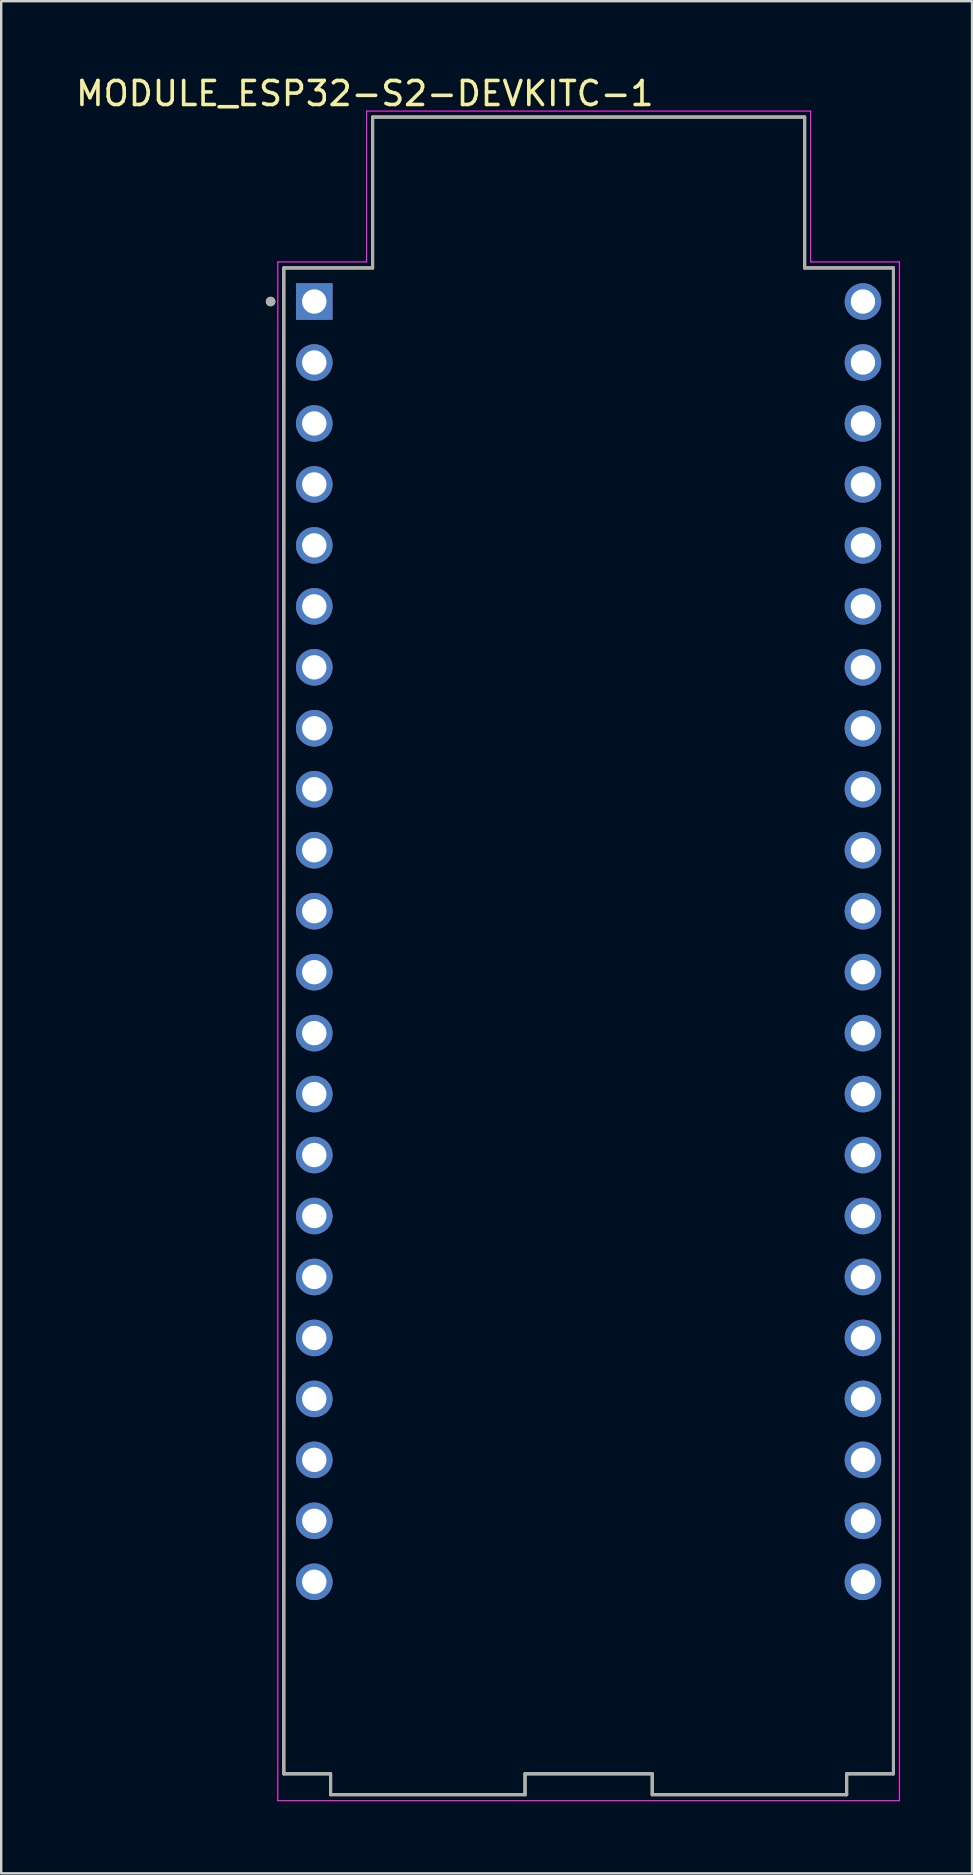
<source format=kicad_pcb>
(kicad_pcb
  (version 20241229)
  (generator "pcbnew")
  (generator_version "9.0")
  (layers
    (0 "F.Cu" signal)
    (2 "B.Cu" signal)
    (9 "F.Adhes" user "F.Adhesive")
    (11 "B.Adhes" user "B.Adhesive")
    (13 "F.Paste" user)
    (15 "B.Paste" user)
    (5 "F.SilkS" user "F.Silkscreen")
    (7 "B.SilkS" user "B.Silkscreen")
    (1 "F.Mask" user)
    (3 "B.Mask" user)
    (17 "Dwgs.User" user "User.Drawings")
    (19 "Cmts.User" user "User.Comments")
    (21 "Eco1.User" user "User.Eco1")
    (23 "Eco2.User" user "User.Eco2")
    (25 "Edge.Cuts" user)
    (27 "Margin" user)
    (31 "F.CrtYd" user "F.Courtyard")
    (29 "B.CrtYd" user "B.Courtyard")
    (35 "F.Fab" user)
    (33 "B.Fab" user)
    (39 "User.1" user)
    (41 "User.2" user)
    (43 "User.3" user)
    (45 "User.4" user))
  (footprint "MODULE_ESP32-S2-DEVKITC-1"
    (layer "F.Cu")
    (at 21.474 39.483)
    (property "Reference" "MODULE_ESP32-S2-DEVKITC-1" (at -9.325 -38.635 0) (layer "F.SilkS") (effects (font (size 1 1) (thickness 0.15))))
    (attr through_hole)
    (fp_line (start -12.7 -31.37) (end -9 -31.37) (stroke (width 0.127) (type solid)) (layer "F.SilkS"))
    (fp_line (start -12.7 31.37) (end -12.7 -31.37) (stroke (width 0.127) (type solid)) (layer "F.SilkS"))
    (fp_line (start -10.75 31.37) (end -12.7 31.37) (stroke (width 0.127) (type solid)) (layer "F.SilkS"))
    (fp_line (start -10.75 31.37) (end -10.75 32.24) (stroke (width 0.127) (type solid)) (layer "F.SilkS"))
    (fp_line (start -10.75 32.24) (end -2.65 32.24) (stroke (width 0.127) (type solid)) (layer "F.SilkS"))
    (fp_line (start -9 -37.655) (end 9 -37.655) (stroke (width 0.127) (type solid)) (layer "F.SilkS"))
    (fp_line (start -9 -31.37) (end -9 -37.655) (stroke (width 0.127) (type solid)) (layer "F.SilkS"))
    (fp_line (start -2.65 32.24) (end -2.65 31.37) (stroke (width 0.127) (type solid)) (layer "F.SilkS"))
    (fp_line (start 2.65 31.37) (end -2.65 31.37) (stroke (width 0.127) (type solid)) (layer "F.SilkS"))
    (fp_line (start 2.65 31.37) (end 2.65 32.24) (stroke (width 0.127) (type solid)) (layer "F.SilkS"))
    (fp_line (start 2.65 32.24) (end 10.75 32.24) (stroke (width 0.127) (type solid)) (layer "F.SilkS"))
    (fp_line (start 9 -37.655) (end 9 -31.37) (stroke (width 0.127) (type solid)) (layer "F.SilkS"))
    (fp_line (start 9 -31.37) (end 12.7 -31.37) (stroke (width 0.127) (type solid)) (layer "F.SilkS"))
    (fp_line (start 10.75 32.24) (end 10.75 31.37) (stroke (width 0.127) (type solid)) (layer "F.SilkS"))
    (fp_line (start 12.7 -31.37) (end 12.7 31.37) (stroke (width 0.127) (type solid)) (layer "F.SilkS"))
    (fp_line (start 12.7 31.37) (end 10.75 31.37) (stroke (width 0.127) (type solid)) (layer "F.SilkS"))
    (fp_circle (center -13.25 -29.97) (end -13.15 -29.97) (stroke (width 0.2) (type solid)) (fill no) (layer "F.SilkS"))
    (fp_line (start -12.95 -31.62) (end -9.25 -31.62) (stroke (width 0.05) (type solid)) (layer "F.CrtYd"))
    (fp_line (start -12.95 32.49) (end -12.95 -31.62) (stroke (width 0.05) (type solid)) (layer "F.CrtYd"))
    (fp_line (start -9.25 -37.905) (end 9.25 -37.905) (stroke (width 0.05) (type solid)) (layer "F.CrtYd"))
    (fp_line (start -9.25 -31.62) (end -9.25 -37.905) (stroke (width 0.05) (type solid)) (layer "F.CrtYd"))
    (fp_line (start 9.25 -37.905) (end 9.25 -31.62) (stroke (width 0.05) (type solid)) (layer "F.CrtYd"))
    (fp_line (start 9.25 -31.62) (end 12.95 -31.62) (stroke (width 0.05) (type solid)) (layer "F.CrtYd"))
    (fp_line (start 12.95 -31.62) (end 12.95 32.49) (stroke (width 0.05) (type solid)) (layer "F.CrtYd"))
    (fp_line (start 12.95 32.49) (end -12.95 32.49) (stroke (width 0.05) (type solid)) (layer "F.CrtYd"))
    (fp_line (start -12.7 -31.37) (end -9 -31.37) (stroke (width 0.127) (type solid)) (layer "F.Fab"))
    (fp_line (start -12.7 31.37) (end -12.7 -31.37) (stroke (width 0.127) (type solid)) (layer "F.Fab"))
    (fp_line (start -10.75 31.37) (end -12.7 31.37) (stroke (width 0.127) (type solid)) (layer "F.Fab"))
    (fp_line (start -10.75 31.37) (end -10.75 32.24) (stroke (width 0.127) (type solid)) (layer "F.Fab"))
    (fp_line (start -10.75 32.24) (end -2.65 32.24) (stroke (width 0.127) (type solid)) (layer "F.Fab"))
    (fp_line (start -9 -37.655) (end 9 -37.655) (stroke (width 0.127) (type solid)) (layer "F.Fab"))
    (fp_line (start -9 -31.37) (end -9 -37.655) (stroke (width 0.127) (type solid)) (layer "F.Fab"))
    (fp_line (start -2.65 32.24) (end -2.65 31.37) (stroke (width 0.127) (type solid)) (layer "F.Fab"))
    (fp_line (start 2.65 31.37) (end -2.65 31.37) (stroke (width 0.127) (type solid)) (layer "F.Fab"))
    (fp_line (start 2.65 31.37) (end 2.65 32.24) (stroke (width 0.127) (type solid)) (layer "F.Fab"))
    (fp_line (start 2.65 32.24) (end 10.75 32.24) (stroke (width 0.127) (type solid)) (layer "F.Fab"))
    (fp_line (start 9 -37.655) (end 9 -31.37) (stroke (width 0.127) (type solid)) (layer "F.Fab"))
    (fp_line (start 9 -31.37) (end 12.7 -31.37) (stroke (width 0.127) (type solid)) (layer "F.Fab"))
    (fp_line (start 10.75 32.24) (end 10.75 31.37) (stroke (width 0.127) (type solid)) (layer "F.Fab"))
    (fp_line (start 12.7 -31.37) (end 12.7 31.37) (stroke (width 0.127) (type solid)) (layer "F.Fab"))
    (fp_line (start 12.7 31.37) (end 10.75 31.37) (stroke (width 0.127) (type solid)) (layer "F.Fab"))
    (fp_circle (center -13.25 -29.97) (end -13.15 -29.97) (stroke (width 0.2) (type solid)) (fill no) (layer "F.Fab"))
    (pad "J1_1" thru_hole rect (at -11.43 -29.97) (size 1.524 1.524) (drill 1.016) (layers "*.Cu" "*.Mask"))
    (pad "J1_2" thru_hole circle (at -11.43 -27.43) (size 1.524 1.524) (drill 1.016) (layers "*.Cu" "*.Mask"))
    (pad "J1_3" thru_hole circle (at -11.43 -24.89) (size 1.524 1.524) (drill 1.016) (layers "*.Cu" "*.Mask"))
    (pad "J1_4" thru_hole circle (at -11.43 -22.35) (size 1.524 1.524) (drill 1.016) (layers "*.Cu" "*.Mask"))
    (pad "J1_5" thru_hole circle (at -11.43 -19.81) (size 1.524 1.524) (drill 1.016) (layers "*.Cu" "*.Mask"))
    (pad "J1_6" thru_hole circle (at -11.43 -17.27) (size 1.524 1.524) (drill 1.016) (layers "*.Cu" "*.Mask"))
    (pad "J1_7" thru_hole circle (at -11.43 -14.73) (size 1.524 1.524) (drill 1.016) (layers "*.Cu" "*.Mask"))
    (pad "J1_8" thru_hole circle (at -11.43 -12.19) (size 1.524 1.524) (drill 1.016) (layers "*.Cu" "*.Mask"))
    (pad "J1_9" thru_hole circle (at -11.43 -9.65) (size 1.524 1.524) (drill 1.016) (layers "*.Cu" "*.Mask"))
    (pad "J1_10" thru_hole circle (at -11.43 -7.11) (size 1.524 1.524) (drill 1.016) (layers "*.Cu" "*.Mask"))
    (pad "J1_11" thru_hole circle (at -11.43 -4.57) (size 1.524 1.524) (drill 1.016) (layers "*.Cu" "*.Mask"))
    (pad "J1_12" thru_hole circle (at -11.43 -2.03) (size 1.524 1.524) (drill 1.016) (layers "*.Cu" "*.Mask"))
    (pad "J1_13" thru_hole circle (at -11.43 0.51) (size 1.524 1.524) (drill 1.016) (layers "*.Cu" "*.Mask"))
    (pad "J1_14" thru_hole circle (at -11.43 3.05) (size 1.524 1.524) (drill 1.016) (layers "*.Cu" "*.Mask"))
    (pad "J1_15" thru_hole circle (at -11.43 5.59) (size 1.524 1.524) (drill 1.016) (layers "*.Cu" "*.Mask"))
    (pad "J1_16" thru_hole circle (at -11.43 8.13) (size 1.524 1.524) (drill 1.016) (layers "*.Cu" "*.Mask"))
    (pad "J1_17" thru_hole circle (at -11.43 10.67) (size 1.524 1.524) (drill 1.016) (layers "*.Cu" "*.Mask"))
    (pad "J1_18" thru_hole circle (at -11.43 13.21) (size 1.524 1.524) (drill 1.016) (layers "*.Cu" "*.Mask"))
    (pad "J1_19" thru_hole circle (at -11.43 15.75) (size 1.524 1.524) (drill 1.016) (layers "*.Cu" "*.Mask"))
    (pad "J1_20" thru_hole circle (at -11.43 18.29) (size 1.524 1.524) (drill 1.016) (layers "*.Cu" "*.Mask"))
    (pad "J1_21" thru_hole circle (at -11.43 20.83) (size 1.524 1.524) (drill 1.016) (layers "*.Cu" "*.Mask"))
    (pad "J1_22" thru_hole circle (at -11.43 23.37) (size 1.524 1.524) (drill 1.016) (layers "*.Cu" "*.Mask"))
    (pad "J3_1" thru_hole circle (at 11.43 -29.97) (size 1.524 1.524) (drill 1.016) (layers "*.Cu" "*.Mask"))
    (pad "J3_2" thru_hole circle (at 11.43 -27.43) (size 1.524 1.524) (drill 1.016) (layers "*.Cu" "*.Mask"))
    (pad "J3_3" thru_hole circle (at 11.43 -24.89) (size 1.524 1.524) (drill 1.016) (layers "*.Cu" "*.Mask"))
    (pad "J3_4" thru_hole circle (at 11.43 -22.35) (size 1.524 1.524) (drill 1.016) (layers "*.Cu" "*.Mask"))
    (pad "J3_5" thru_hole circle (at 11.43 -19.81) (size 1.524 1.524) (drill 1.016) (layers "*.Cu" "*.Mask"))
    (pad "J3_6" thru_hole circle (at 11.43 -17.27) (size 1.524 1.524) (drill 1.016) (layers "*.Cu" "*.Mask"))
    (pad "J3_7" thru_hole circle (at 11.43 -14.73) (size 1.524 1.524) (drill 1.016) (layers "*.Cu" "*.Mask"))
    (pad "J3_8" thru_hole circle (at 11.43 -12.19) (size 1.524 1.524) (drill 1.016) (layers "*.Cu" "*.Mask"))
    (pad "J3_9" thru_hole circle (at 11.43 -9.65) (size 1.524 1.524) (drill 1.016) (layers "*.Cu" "*.Mask"))
    (pad "J3_10" thru_hole circle (at 11.43 -7.11) (size 1.524 1.524) (drill 1.016) (layers "*.Cu" "*.Mask"))
    (pad "J3_11" thru_hole circle (at 11.43 -4.57) (size 1.524 1.524) (drill 1.016) (layers "*.Cu" "*.Mask"))
    (pad "J3_12" thru_hole circle (at 11.43 -2.03) (size 1.524 1.524) (drill 1.016) (layers "*.Cu" "*.Mask"))
    (pad "J3_13" thru_hole circle (at 11.43 0.51) (size 1.524 1.524) (drill 1.016) (layers "*.Cu" "*.Mask"))
    (pad "J3_14" thru_hole circle (at 11.43 3.05) (size 1.524 1.524) (drill 1.016) (layers "*.Cu" "*.Mask"))
    (pad "J3_15" thru_hole circle (at 11.43 5.59) (size 1.524 1.524) (drill 1.016) (layers "*.Cu" "*.Mask"))
    (pad "J3_16" thru_hole circle (at 11.43 8.13) (size 1.524 1.524) (drill 1.016) (layers "*.Cu" "*.Mask"))
    (pad "J3_17" thru_hole circle (at 11.43 10.67) (size 1.524 1.524) (drill 1.016) (layers "*.Cu" "*.Mask"))
    (pad "J3_18" thru_hole circle (at 11.43 13.21) (size 1.524 1.524) (drill 1.016) (layers "*.Cu" "*.Mask"))
    (pad "J3_19" thru_hole circle (at 11.43 15.75) (size 1.524 1.524) (drill 1.016) (layers "*.Cu" "*.Mask"))
    (pad "J3_20" thru_hole circle (at 11.43 18.29) (size 1.524 1.524) (drill 1.016) (layers "*.Cu" "*.Mask"))
    (pad "J3_21" thru_hole circle (at 11.43 20.83) (size 1.524 1.524) (drill 1.016) (layers "*.Cu" "*.Mask"))
    (pad "J3_22" thru_hole circle (at 11.43 23.37) (size 1.524 1.524) (drill 1.016) (layers "*.Cu" "*.Mask")))
  (gr_rect
    (start -3 -3)
    (end 37.449 74.998)
    (stroke (width 0.1) (type default))
    (fill no)
    (layer "Edge.Cuts")))
</source>
